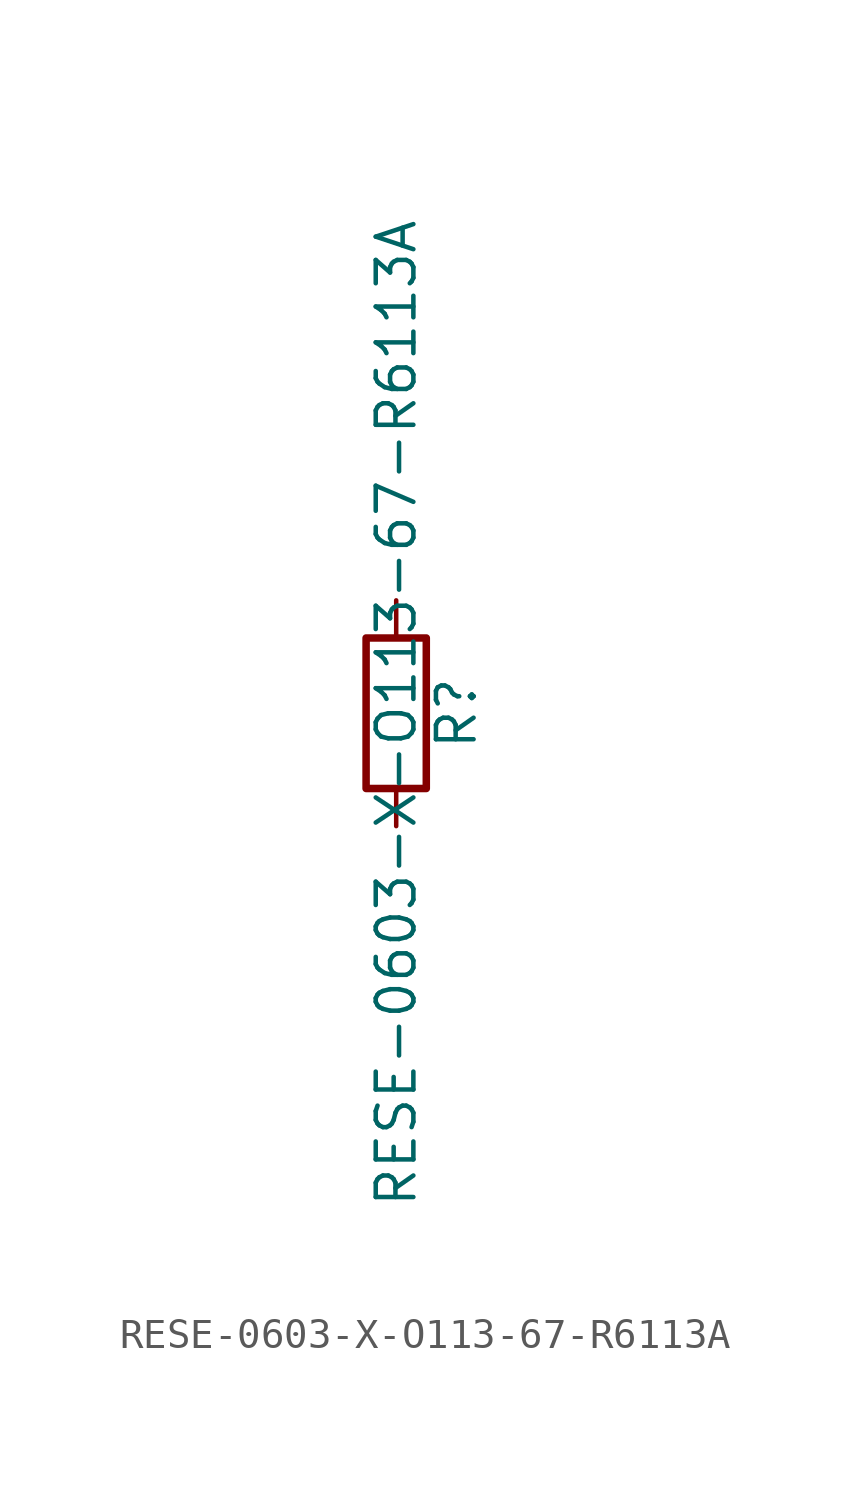
<source format=kicad_sym>
(kicad_symbol_lib
  (version 20211014)
  (generator kicad_symbol_editor)
  (symbol "RESE-0603-X-O113-67-R6113A"
    (pin_numbers hide)
    (pin_names
      (offset 0))
    (property "Reference" "R"
      (at 2.032 0 90)
      (effects (font (size 1.27 1.27))))
    (property "Value" "RESE-0603-X-O113-67-R6113A"
      (at 0 0 90)
      (effects (font (size 1.27 1.27))))
    (symbol "RESE-0603-X-O113-67-R6113A_0_1"
      (rectangle (start -1.016 -2.54) (end 1.016 2.54) (stroke (width 0.254) (type default) (color 0 0 0 0)) (fill (type none))))
    (symbol "RESE-0603-X-O113-67-R6113A_1_1"
      (pin passive line (at 0 3.81 270) (length 1.27) (name "~" (effects (font (size 1.27 1.27)))) (number "1" (effects (font (size 1.27 1.27)))))
      (pin passive line (at 0 -3.81 90) (length 1.27) (name "~" (effects (font (size 1.27 1.27)))) (number "2" (effects (font (size 1.27 1.27))))))))
</source>
